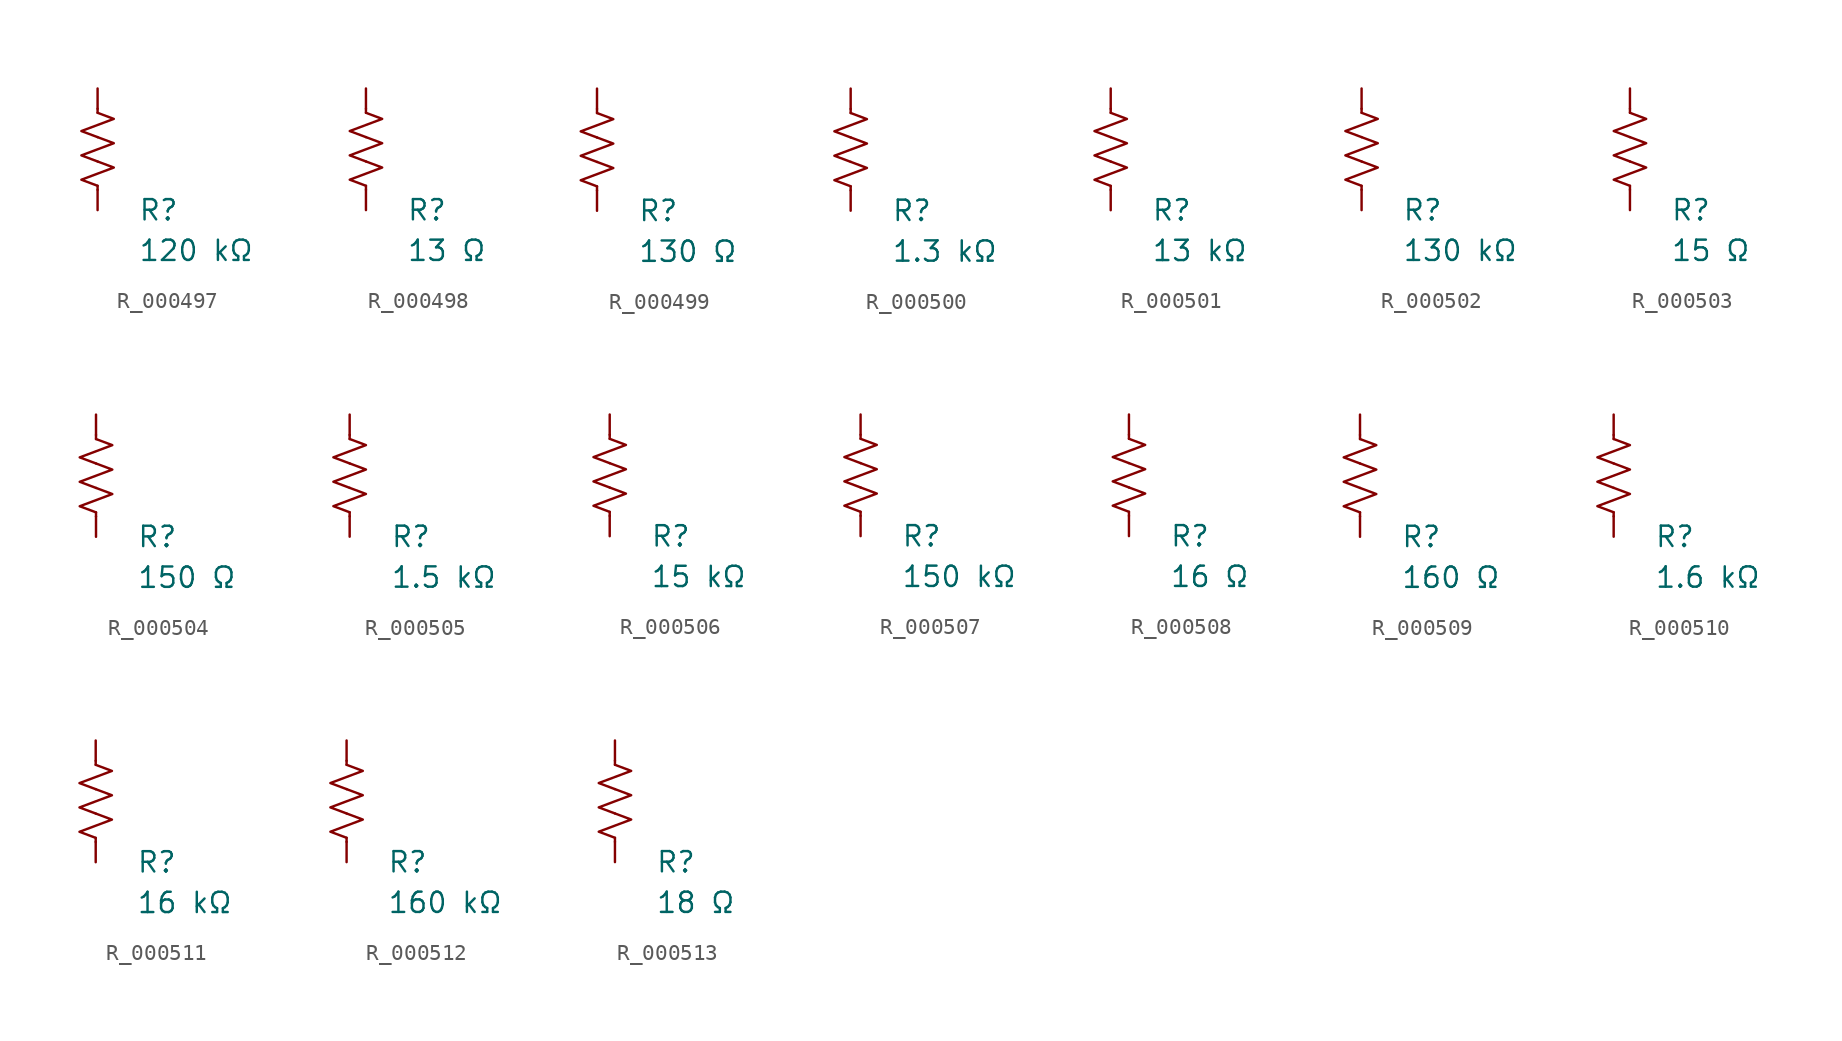
<source format=kicad_sym>
(kicad_symbol_lib
  (version 20231120)
  (generator "kicad_symbol_editor")
  (generator_version "8.0")
  (symbol "R_000497"
    (pin_numbers hide)
    (pin_names
      (offset 0))
    (property "Reference" "R"
      (at 2.54 -3.81 0)
      (effects (font (size 1.27 1.27)) (justify left))
      (show_name no))
    (property "Value" "120 kΩ"
      (at 2.54 -6.35 0)
      (effects (font (size 1.27 1.27)) (justify left))
      (show_name no))
    (symbol "R_000497_0_1"
      (polyline (pts (xy 0 -2.286) (xy 0 -2.54)) (stroke (width 0) (type default)) (fill (type none)))
      (polyline (pts (xy 0 2.286) (xy 0 2.54)) (stroke (width 0) (type default)) (fill (type none)))
      (polyline (pts (xy 0 -0.762) (xy 1.016 -1.143) (xy 0 -1.524) (xy -1.016 -1.905) (xy 0 -2.286)) (stroke (width 0) (type default)) (fill (type none)))
      (polyline (pts (xy 0 0.762) (xy 1.016 0.381) (xy 0 0) (xy -1.016 -0.381) (xy 0 -0.762)) (stroke (width 0) (type default)) (fill (type none)))
      (polyline (pts (xy 0 2.286) (xy 1.016 1.905) (xy 0 1.524) (xy -1.016 1.143) (xy 0 0.762)) (stroke (width 0) (type default)) (fill (type none))))
    (symbol "R_000497_1_1"
      (pin passive line (at 0 3.81 270) (length 1.27) (name "~" (effects (font (size 1.27 1.27)))) (number "1" (effects (font (size 1.27 1.27)))))
      (pin passive line (at 0 -3.81 90) (length 1.27) (name "~" (effects (font (size 1.27 1.27)))) (number "2" (effects (font (size 1.27 1.27)))))))
  (symbol "R_000498"
    (pin_numbers hide)
    (pin_names
      (offset 0))
    (property "Reference" "R"
      (at 2.54 -3.81 0)
      (effects (font (size 1.27 1.27)) (justify left))
      (show_name no))
    (property "Value" "13 Ω"
      (at 2.54 -6.35 0)
      (effects (font (size 1.27 1.27)) (justify left))
      (show_name no))
    (symbol "R_000498_0_1"
      (polyline (pts (xy 0 -2.286) (xy 0 -2.54)) (stroke (width 0) (type default)) (fill (type none)))
      (polyline (pts (xy 0 2.286) (xy 0 2.54)) (stroke (width 0) (type default)) (fill (type none)))
      (polyline (pts (xy 0 -0.762) (xy 1.016 -1.143) (xy 0 -1.524) (xy -1.016 -1.905) (xy 0 -2.286)) (stroke (width 0) (type default)) (fill (type none)))
      (polyline (pts (xy 0 0.762) (xy 1.016 0.381) (xy 0 0) (xy -1.016 -0.381) (xy 0 -0.762)) (stroke (width 0) (type default)) (fill (type none)))
      (polyline (pts (xy 0 2.286) (xy 1.016 1.905) (xy 0 1.524) (xy -1.016 1.143) (xy 0 0.762)) (stroke (width 0) (type default)) (fill (type none))))
    (symbol "R_000498_1_1"
      (pin passive line (at 0 3.81 270) (length 1.27) (name "~" (effects (font (size 1.27 1.27)))) (number "1" (effects (font (size 1.27 1.27)))))
      (pin passive line (at 0 -3.81 90) (length 1.27) (name "~" (effects (font (size 1.27 1.27)))) (number "2" (effects (font (size 1.27 1.27)))))))
  (symbol "R_000499"
    (pin_numbers hide)
    (pin_names
      (offset 0))
    (property "Reference" "R"
      (at 2.54 -3.81 0)
      (effects (font (size 1.27 1.27)) (justify left))
      (show_name no))
    (property "Value" "130 Ω"
      (at 2.54 -6.35 0)
      (effects (font (size 1.27 1.27)) (justify left))
      (show_name no))
    (symbol "R_000499_0_1"
      (polyline (pts (xy 0 -2.286) (xy 0 -2.54)) (stroke (width 0) (type default)) (fill (type none)))
      (polyline (pts (xy 0 2.286) (xy 0 2.54)) (stroke (width 0) (type default)) (fill (type none)))
      (polyline (pts (xy 0 -0.762) (xy 1.016 -1.143) (xy 0 -1.524) (xy -1.016 -1.905) (xy 0 -2.286)) (stroke (width 0) (type default)) (fill (type none)))
      (polyline (pts (xy 0 0.762) (xy 1.016 0.381) (xy 0 0) (xy -1.016 -0.381) (xy 0 -0.762)) (stroke (width 0) (type default)) (fill (type none)))
      (polyline (pts (xy 0 2.286) (xy 1.016 1.905) (xy 0 1.524) (xy -1.016 1.143) (xy 0 0.762)) (stroke (width 0) (type default)) (fill (type none))))
    (symbol "R_000499_1_1"
      (pin passive line (at 0 3.81 270) (length 1.27) (name "~" (effects (font (size 1.27 1.27)))) (number "1" (effects (font (size 1.27 1.27)))))
      (pin passive line (at 0 -3.81 90) (length 1.27) (name "~" (effects (font (size 1.27 1.27)))) (number "2" (effects (font (size 1.27 1.27)))))))
  (symbol "R_000500"
    (pin_numbers hide)
    (pin_names
      (offset 0))
    (property "Reference" "R"
      (at 2.54 -3.81 0)
      (effects (font (size 1.27 1.27)) (justify left))
      (show_name no))
    (property "Value" "1.3 kΩ"
      (at 2.54 -6.35 0)
      (effects (font (size 1.27 1.27)) (justify left))
      (show_name no))
    (symbol "R_000500_0_1"
      (polyline (pts (xy 0 -2.286) (xy 0 -2.54)) (stroke (width 0) (type default)) (fill (type none)))
      (polyline (pts (xy 0 2.286) (xy 0 2.54)) (stroke (width 0) (type default)) (fill (type none)))
      (polyline (pts (xy 0 -0.762) (xy 1.016 -1.143) (xy 0 -1.524) (xy -1.016 -1.905) (xy 0 -2.286)) (stroke (width 0) (type default)) (fill (type none)))
      (polyline (pts (xy 0 0.762) (xy 1.016 0.381) (xy 0 0) (xy -1.016 -0.381) (xy 0 -0.762)) (stroke (width 0) (type default)) (fill (type none)))
      (polyline (pts (xy 0 2.286) (xy 1.016 1.905) (xy 0 1.524) (xy -1.016 1.143) (xy 0 0.762)) (stroke (width 0) (type default)) (fill (type none))))
    (symbol "R_000500_1_1"
      (pin passive line (at 0 3.81 270) (length 1.27) (name "~" (effects (font (size 1.27 1.27)))) (number "1" (effects (font (size 1.27 1.27)))))
      (pin passive line (at 0 -3.81 90) (length 1.27) (name "~" (effects (font (size 1.27 1.27)))) (number "2" (effects (font (size 1.27 1.27)))))))
  (symbol "R_000501"
    (pin_numbers hide)
    (pin_names
      (offset 0))
    (property "Reference" "R"
      (at 2.54 -3.81 0)
      (effects (font (size 1.27 1.27)) (justify left))
      (show_name no))
    (property "Value" "13 kΩ"
      (at 2.54 -6.35 0)
      (effects (font (size 1.27 1.27)) (justify left))
      (show_name no))
    (symbol "R_000501_0_1"
      (polyline (pts (xy 0 -2.286) (xy 0 -2.54)) (stroke (width 0) (type default)) (fill (type none)))
      (polyline (pts (xy 0 2.286) (xy 0 2.54)) (stroke (width 0) (type default)) (fill (type none)))
      (polyline (pts (xy 0 -0.762) (xy 1.016 -1.143) (xy 0 -1.524) (xy -1.016 -1.905) (xy 0 -2.286)) (stroke (width 0) (type default)) (fill (type none)))
      (polyline (pts (xy 0 0.762) (xy 1.016 0.381) (xy 0 0) (xy -1.016 -0.381) (xy 0 -0.762)) (stroke (width 0) (type default)) (fill (type none)))
      (polyline (pts (xy 0 2.286) (xy 1.016 1.905) (xy 0 1.524) (xy -1.016 1.143) (xy 0 0.762)) (stroke (width 0) (type default)) (fill (type none))))
    (symbol "R_000501_1_1"
      (pin passive line (at 0 3.81 270) (length 1.27) (name "~" (effects (font (size 1.27 1.27)))) (number "1" (effects (font (size 1.27 1.27)))))
      (pin passive line (at 0 -3.81 90) (length 1.27) (name "~" (effects (font (size 1.27 1.27)))) (number "2" (effects (font (size 1.27 1.27)))))))
  (symbol "R_000502"
    (pin_numbers hide)
    (pin_names
      (offset 0))
    (property "Reference" "R"
      (at 2.54 -3.81 0)
      (effects (font (size 1.27 1.27)) (justify left))
      (show_name no))
    (property "Value" "130 kΩ"
      (at 2.54 -6.35 0)
      (effects (font (size 1.27 1.27)) (justify left))
      (show_name no))
    (symbol "R_000502_0_1"
      (polyline (pts (xy 0 -2.286) (xy 0 -2.54)) (stroke (width 0) (type default)) (fill (type none)))
      (polyline (pts (xy 0 2.286) (xy 0 2.54)) (stroke (width 0) (type default)) (fill (type none)))
      (polyline (pts (xy 0 -0.762) (xy 1.016 -1.143) (xy 0 -1.524) (xy -1.016 -1.905) (xy 0 -2.286)) (stroke (width 0) (type default)) (fill (type none)))
      (polyline (pts (xy 0 0.762) (xy 1.016 0.381) (xy 0 0) (xy -1.016 -0.381) (xy 0 -0.762)) (stroke (width 0) (type default)) (fill (type none)))
      (polyline (pts (xy 0 2.286) (xy 1.016 1.905) (xy 0 1.524) (xy -1.016 1.143) (xy 0 0.762)) (stroke (width 0) (type default)) (fill (type none))))
    (symbol "R_000502_1_1"
      (pin passive line (at 0 3.81 270) (length 1.27) (name "~" (effects (font (size 1.27 1.27)))) (number "1" (effects (font (size 1.27 1.27)))))
      (pin passive line (at 0 -3.81 90) (length 1.27) (name "~" (effects (font (size 1.27 1.27)))) (number "2" (effects (font (size 1.27 1.27)))))))
  (symbol "R_000503"
    (pin_numbers hide)
    (pin_names
      (offset 0))
    (property "Reference" "R"
      (at 2.54 -3.81 0)
      (effects (font (size 1.27 1.27)) (justify left))
      (show_name no))
    (property "Value" "15 Ω"
      (at 2.54 -6.35 0)
      (effects (font (size 1.27 1.27)) (justify left))
      (show_name no))
    (symbol "R_000503_0_1"
      (polyline (pts (xy 0 -2.286) (xy 0 -2.54)) (stroke (width 0) (type default)) (fill (type none)))
      (polyline (pts (xy 0 2.286) (xy 0 2.54)) (stroke (width 0) (type default)) (fill (type none)))
      (polyline (pts (xy 0 -0.762) (xy 1.016 -1.143) (xy 0 -1.524) (xy -1.016 -1.905) (xy 0 -2.286)) (stroke (width 0) (type default)) (fill (type none)))
      (polyline (pts (xy 0 0.762) (xy 1.016 0.381) (xy 0 0) (xy -1.016 -0.381) (xy 0 -0.762)) (stroke (width 0) (type default)) (fill (type none)))
      (polyline (pts (xy 0 2.286) (xy 1.016 1.905) (xy 0 1.524) (xy -1.016 1.143) (xy 0 0.762)) (stroke (width 0) (type default)) (fill (type none))))
    (symbol "R_000503_1_1"
      (pin passive line (at 0 3.81 270) (length 1.27) (name "~" (effects (font (size 1.27 1.27)))) (number "1" (effects (font (size 1.27 1.27)))))
      (pin passive line (at 0 -3.81 90) (length 1.27) (name "~" (effects (font (size 1.27 1.27)))) (number "2" (effects (font (size 1.27 1.27)))))))
  (symbol "R_000504"
    (pin_numbers hide)
    (pin_names
      (offset 0))
    (property "Reference" "R"
      (at 2.54 -3.81 0)
      (effects (font (size 1.27 1.27)) (justify left))
      (show_name no))
    (property "Value" "150 Ω"
      (at 2.54 -6.35 0)
      (effects (font (size 1.27 1.27)) (justify left))
      (show_name no))
    (symbol "R_000504_0_1"
      (polyline (pts (xy 0 -2.286) (xy 0 -2.54)) (stroke (width 0) (type default)) (fill (type none)))
      (polyline (pts (xy 0 2.286) (xy 0 2.54)) (stroke (width 0) (type default)) (fill (type none)))
      (polyline (pts (xy 0 -0.762) (xy 1.016 -1.143) (xy 0 -1.524) (xy -1.016 -1.905) (xy 0 -2.286)) (stroke (width 0) (type default)) (fill (type none)))
      (polyline (pts (xy 0 0.762) (xy 1.016 0.381) (xy 0 0) (xy -1.016 -0.381) (xy 0 -0.762)) (stroke (width 0) (type default)) (fill (type none)))
      (polyline (pts (xy 0 2.286) (xy 1.016 1.905) (xy 0 1.524) (xy -1.016 1.143) (xy 0 0.762)) (stroke (width 0) (type default)) (fill (type none))))
    (symbol "R_000504_1_1"
      (pin passive line (at 0 3.81 270) (length 1.27) (name "~" (effects (font (size 1.27 1.27)))) (number "1" (effects (font (size 1.27 1.27)))))
      (pin passive line (at 0 -3.81 90) (length 1.27) (name "~" (effects (font (size 1.27 1.27)))) (number "2" (effects (font (size 1.27 1.27)))))))
  (symbol "R_000505"
    (pin_numbers hide)
    (pin_names
      (offset 0))
    (property "Reference" "R"
      (at 2.54 -3.81 0)
      (effects (font (size 1.27 1.27)) (justify left))
      (show_name no))
    (property "Value" "1.5 kΩ"
      (at 2.54 -6.35 0)
      (effects (font (size 1.27 1.27)) (justify left))
      (show_name no))
    (symbol "R_000505_0_1"
      (polyline (pts (xy 0 -2.286) (xy 0 -2.54)) (stroke (width 0) (type default)) (fill (type none)))
      (polyline (pts (xy 0 2.286) (xy 0 2.54)) (stroke (width 0) (type default)) (fill (type none)))
      (polyline (pts (xy 0 -0.762) (xy 1.016 -1.143) (xy 0 -1.524) (xy -1.016 -1.905) (xy 0 -2.286)) (stroke (width 0) (type default)) (fill (type none)))
      (polyline (pts (xy 0 0.762) (xy 1.016 0.381) (xy 0 0) (xy -1.016 -0.381) (xy 0 -0.762)) (stroke (width 0) (type default)) (fill (type none)))
      (polyline (pts (xy 0 2.286) (xy 1.016 1.905) (xy 0 1.524) (xy -1.016 1.143) (xy 0 0.762)) (stroke (width 0) (type default)) (fill (type none))))
    (symbol "R_000505_1_1"
      (pin passive line (at 0 3.81 270) (length 1.27) (name "~" (effects (font (size 1.27 1.27)))) (number "1" (effects (font (size 1.27 1.27)))))
      (pin passive line (at 0 -3.81 90) (length 1.27) (name "~" (effects (font (size 1.27 1.27)))) (number "2" (effects (font (size 1.27 1.27)))))))
  (symbol "R_000506"
    (pin_numbers hide)
    (pin_names
      (offset 0))
    (property "Reference" "R"
      (at 2.54 -3.81 0)
      (effects (font (size 1.27 1.27)) (justify left))
      (show_name no))
    (property "Value" "15 kΩ"
      (at 2.54 -6.35 0)
      (effects (font (size 1.27 1.27)) (justify left))
      (show_name no))
    (symbol "R_000506_0_1"
      (polyline (pts (xy 0 -2.286) (xy 0 -2.54)) (stroke (width 0) (type default)) (fill (type none)))
      (polyline (pts (xy 0 2.286) (xy 0 2.54)) (stroke (width 0) (type default)) (fill (type none)))
      (polyline (pts (xy 0 -0.762) (xy 1.016 -1.143) (xy 0 -1.524) (xy -1.016 -1.905) (xy 0 -2.286)) (stroke (width 0) (type default)) (fill (type none)))
      (polyline (pts (xy 0 0.762) (xy 1.016 0.381) (xy 0 0) (xy -1.016 -0.381) (xy 0 -0.762)) (stroke (width 0) (type default)) (fill (type none)))
      (polyline (pts (xy 0 2.286) (xy 1.016 1.905) (xy 0 1.524) (xy -1.016 1.143) (xy 0 0.762)) (stroke (width 0) (type default)) (fill (type none))))
    (symbol "R_000506_1_1"
      (pin passive line (at 0 3.81 270) (length 1.27) (name "~" (effects (font (size 1.27 1.27)))) (number "1" (effects (font (size 1.27 1.27)))))
      (pin passive line (at 0 -3.81 90) (length 1.27) (name "~" (effects (font (size 1.27 1.27)))) (number "2" (effects (font (size 1.27 1.27)))))))
  (symbol "R_000507"
    (pin_numbers hide)
    (pin_names
      (offset 0))
    (property "Reference" "R"
      (at 2.54 -3.81 0)
      (effects (font (size 1.27 1.27)) (justify left))
      (show_name no))
    (property "Value" "150 kΩ"
      (at 2.54 -6.35 0)
      (effects (font (size 1.27 1.27)) (justify left))
      (show_name no))
    (symbol "R_000507_0_1"
      (polyline (pts (xy 0 -2.286) (xy 0 -2.54)) (stroke (width 0) (type default)) (fill (type none)))
      (polyline (pts (xy 0 2.286) (xy 0 2.54)) (stroke (width 0) (type default)) (fill (type none)))
      (polyline (pts (xy 0 -0.762) (xy 1.016 -1.143) (xy 0 -1.524) (xy -1.016 -1.905) (xy 0 -2.286)) (stroke (width 0) (type default)) (fill (type none)))
      (polyline (pts (xy 0 0.762) (xy 1.016 0.381) (xy 0 0) (xy -1.016 -0.381) (xy 0 -0.762)) (stroke (width 0) (type default)) (fill (type none)))
      (polyline (pts (xy 0 2.286) (xy 1.016 1.905) (xy 0 1.524) (xy -1.016 1.143) (xy 0 0.762)) (stroke (width 0) (type default)) (fill (type none))))
    (symbol "R_000507_1_1"
      (pin passive line (at 0 3.81 270) (length 1.27) (name "~" (effects (font (size 1.27 1.27)))) (number "1" (effects (font (size 1.27 1.27)))))
      (pin passive line (at 0 -3.81 90) (length 1.27) (name "~" (effects (font (size 1.27 1.27)))) (number "2" (effects (font (size 1.27 1.27)))))))
  (symbol "R_000508"
    (pin_numbers hide)
    (pin_names
      (offset 0))
    (property "Reference" "R"
      (at 2.54 -3.81 0)
      (effects (font (size 1.27 1.27)) (justify left))
      (show_name no))
    (property "Value" "16 Ω"
      (at 2.54 -6.35 0)
      (effects (font (size 1.27 1.27)) (justify left))
      (show_name no))
    (symbol "R_000508_0_1"
      (polyline (pts (xy 0 -2.286) (xy 0 -2.54)) (stroke (width 0) (type default)) (fill (type none)))
      (polyline (pts (xy 0 2.286) (xy 0 2.54)) (stroke (width 0) (type default)) (fill (type none)))
      (polyline (pts (xy 0 -0.762) (xy 1.016 -1.143) (xy 0 -1.524) (xy -1.016 -1.905) (xy 0 -2.286)) (stroke (width 0) (type default)) (fill (type none)))
      (polyline (pts (xy 0 0.762) (xy 1.016 0.381) (xy 0 0) (xy -1.016 -0.381) (xy 0 -0.762)) (stroke (width 0) (type default)) (fill (type none)))
      (polyline (pts (xy 0 2.286) (xy 1.016 1.905) (xy 0 1.524) (xy -1.016 1.143) (xy 0 0.762)) (stroke (width 0) (type default)) (fill (type none))))
    (symbol "R_000508_1_1"
      (pin passive line (at 0 3.81 270) (length 1.27) (name "~" (effects (font (size 1.27 1.27)))) (number "1" (effects (font (size 1.27 1.27)))))
      (pin passive line (at 0 -3.81 90) (length 1.27) (name "~" (effects (font (size 1.27 1.27)))) (number "2" (effects (font (size 1.27 1.27)))))))
  (symbol "R_000509"
    (pin_numbers hide)
    (pin_names
      (offset 0))
    (property "Reference" "R"
      (at 2.54 -3.81 0)
      (effects (font (size 1.27 1.27)) (justify left))
      (show_name no))
    (property "Value" "160 Ω"
      (at 2.54 -6.35 0)
      (effects (font (size 1.27 1.27)) (justify left))
      (show_name no))
    (symbol "R_000509_0_1"
      (polyline (pts (xy 0 -2.286) (xy 0 -2.54)) (stroke (width 0) (type default)) (fill (type none)))
      (polyline (pts (xy 0 2.286) (xy 0 2.54)) (stroke (width 0) (type default)) (fill (type none)))
      (polyline (pts (xy 0 -0.762) (xy 1.016 -1.143) (xy 0 -1.524) (xy -1.016 -1.905) (xy 0 -2.286)) (stroke (width 0) (type default)) (fill (type none)))
      (polyline (pts (xy 0 0.762) (xy 1.016 0.381) (xy 0 0) (xy -1.016 -0.381) (xy 0 -0.762)) (stroke (width 0) (type default)) (fill (type none)))
      (polyline (pts (xy 0 2.286) (xy 1.016 1.905) (xy 0 1.524) (xy -1.016 1.143) (xy 0 0.762)) (stroke (width 0) (type default)) (fill (type none))))
    (symbol "R_000509_1_1"
      (pin passive line (at 0 3.81 270) (length 1.27) (name "~" (effects (font (size 1.27 1.27)))) (number "1" (effects (font (size 1.27 1.27)))))
      (pin passive line (at 0 -3.81 90) (length 1.27) (name "~" (effects (font (size 1.27 1.27)))) (number "2" (effects (font (size 1.27 1.27)))))))
  (symbol "R_000510"
    (pin_numbers hide)
    (pin_names
      (offset 0))
    (property "Reference" "R"
      (at 2.54 -3.81 0)
      (effects (font (size 1.27 1.27)) (justify left))
      (show_name no))
    (property "Value" "1.6 kΩ"
      (at 2.54 -6.35 0)
      (effects (font (size 1.27 1.27)) (justify left))
      (show_name no))
    (symbol "R_000510_0_1"
      (polyline (pts (xy 0 -2.286) (xy 0 -2.54)) (stroke (width 0) (type default)) (fill (type none)))
      (polyline (pts (xy 0 2.286) (xy 0 2.54)) (stroke (width 0) (type default)) (fill (type none)))
      (polyline (pts (xy 0 -0.762) (xy 1.016 -1.143) (xy 0 -1.524) (xy -1.016 -1.905) (xy 0 -2.286)) (stroke (width 0) (type default)) (fill (type none)))
      (polyline (pts (xy 0 0.762) (xy 1.016 0.381) (xy 0 0) (xy -1.016 -0.381) (xy 0 -0.762)) (stroke (width 0) (type default)) (fill (type none)))
      (polyline (pts (xy 0 2.286) (xy 1.016 1.905) (xy 0 1.524) (xy -1.016 1.143) (xy 0 0.762)) (stroke (width 0) (type default)) (fill (type none))))
    (symbol "R_000510_1_1"
      (pin passive line (at 0 3.81 270) (length 1.27) (name "~" (effects (font (size 1.27 1.27)))) (number "1" (effects (font (size 1.27 1.27)))))
      (pin passive line (at 0 -3.81 90) (length 1.27) (name "~" (effects (font (size 1.27 1.27)))) (number "2" (effects (font (size 1.27 1.27)))))))
  (symbol "R_000511"
    (pin_numbers hide)
    (pin_names
      (offset 0))
    (property "Reference" "R"
      (at 2.54 -3.81 0)
      (effects (font (size 1.27 1.27)) (justify left))
      (show_name no))
    (property "Value" "16 kΩ"
      (at 2.54 -6.35 0)
      (effects (font (size 1.27 1.27)) (justify left))
      (show_name no))
    (symbol "R_000511_0_1"
      (polyline (pts (xy 0 -2.286) (xy 0 -2.54)) (stroke (width 0) (type default)) (fill (type none)))
      (polyline (pts (xy 0 2.286) (xy 0 2.54)) (stroke (width 0) (type default)) (fill (type none)))
      (polyline (pts (xy 0 -0.762) (xy 1.016 -1.143) (xy 0 -1.524) (xy -1.016 -1.905) (xy 0 -2.286)) (stroke (width 0) (type default)) (fill (type none)))
      (polyline (pts (xy 0 0.762) (xy 1.016 0.381) (xy 0 0) (xy -1.016 -0.381) (xy 0 -0.762)) (stroke (width 0) (type default)) (fill (type none)))
      (polyline (pts (xy 0 2.286) (xy 1.016 1.905) (xy 0 1.524) (xy -1.016 1.143) (xy 0 0.762)) (stroke (width 0) (type default)) (fill (type none))))
    (symbol "R_000511_1_1"
      (pin passive line (at 0 3.81 270) (length 1.27) (name "~" (effects (font (size 1.27 1.27)))) (number "1" (effects (font (size 1.27 1.27)))))
      (pin passive line (at 0 -3.81 90) (length 1.27) (name "~" (effects (font (size 1.27 1.27)))) (number "2" (effects (font (size 1.27 1.27)))))))
  (symbol "R_000512"
    (pin_numbers hide)
    (pin_names
      (offset 0))
    (property "Reference" "R"
      (at 2.54 -3.81 0)
      (effects (font (size 1.27 1.27)) (justify left))
      (show_name no))
    (property "Value" "160 kΩ"
      (at 2.54 -6.35 0)
      (effects (font (size 1.27 1.27)) (justify left))
      (show_name no))
    (symbol "R_000512_0_1"
      (polyline (pts (xy 0 -2.286) (xy 0 -2.54)) (stroke (width 0) (type default)) (fill (type none)))
      (polyline (pts (xy 0 2.286) (xy 0 2.54)) (stroke (width 0) (type default)) (fill (type none)))
      (polyline (pts (xy 0 -0.762) (xy 1.016 -1.143) (xy 0 -1.524) (xy -1.016 -1.905) (xy 0 -2.286)) (stroke (width 0) (type default)) (fill (type none)))
      (polyline (pts (xy 0 0.762) (xy 1.016 0.381) (xy 0 0) (xy -1.016 -0.381) (xy 0 -0.762)) (stroke (width 0) (type default)) (fill (type none)))
      (polyline (pts (xy 0 2.286) (xy 1.016 1.905) (xy 0 1.524) (xy -1.016 1.143) (xy 0 0.762)) (stroke (width 0) (type default)) (fill (type none))))
    (symbol "R_000512_1_1"
      (pin passive line (at 0 3.81 270) (length 1.27) (name "~" (effects (font (size 1.27 1.27)))) (number "1" (effects (font (size 1.27 1.27)))))
      (pin passive line (at 0 -3.81 90) (length 1.27) (name "~" (effects (font (size 1.27 1.27)))) (number "2" (effects (font (size 1.27 1.27)))))))
  (symbol "R_000513"
    (pin_numbers hide)
    (pin_names
      (offset 0))
    (property "Reference" "R"
      (at 2.54 -3.81 0)
      (effects (font (size 1.27 1.27)) (justify left))
      (show_name no))
    (property "Value" "18 Ω"
      (at 2.54 -6.35 0)
      (effects (font (size 1.27 1.27)) (justify left))
      (show_name no))
    (symbol "R_000513_0_1"
      (polyline (pts (xy 0 -2.286) (xy 0 -2.54)) (stroke (width 0) (type default)) (fill (type none)))
      (polyline (pts (xy 0 2.286) (xy 0 2.54)) (stroke (width 0) (type default)) (fill (type none)))
      (polyline (pts (xy 0 -0.762) (xy 1.016 -1.143) (xy 0 -1.524) (xy -1.016 -1.905) (xy 0 -2.286)) (stroke (width 0) (type default)) (fill (type none)))
      (polyline (pts (xy 0 0.762) (xy 1.016 0.381) (xy 0 0) (xy -1.016 -0.381) (xy 0 -0.762)) (stroke (width 0) (type default)) (fill (type none)))
      (polyline (pts (xy 0 2.286) (xy 1.016 1.905) (xy 0 1.524) (xy -1.016 1.143) (xy 0 0.762)) (stroke (width 0) (type default)) (fill (type none))))
    (symbol "R_000513_1_1"
      (pin passive line (at 0 3.81 270) (length 1.27) (name "~" (effects (font (size 1.27 1.27)))) (number "1" (effects (font (size 1.27 1.27)))))
      (pin passive line (at 0 -3.81 90) (length 1.27) (name "~" (effects (font (size 1.27 1.27)))) (number "2" (effects (font (size 1.27 1.27))))))))
</source>
